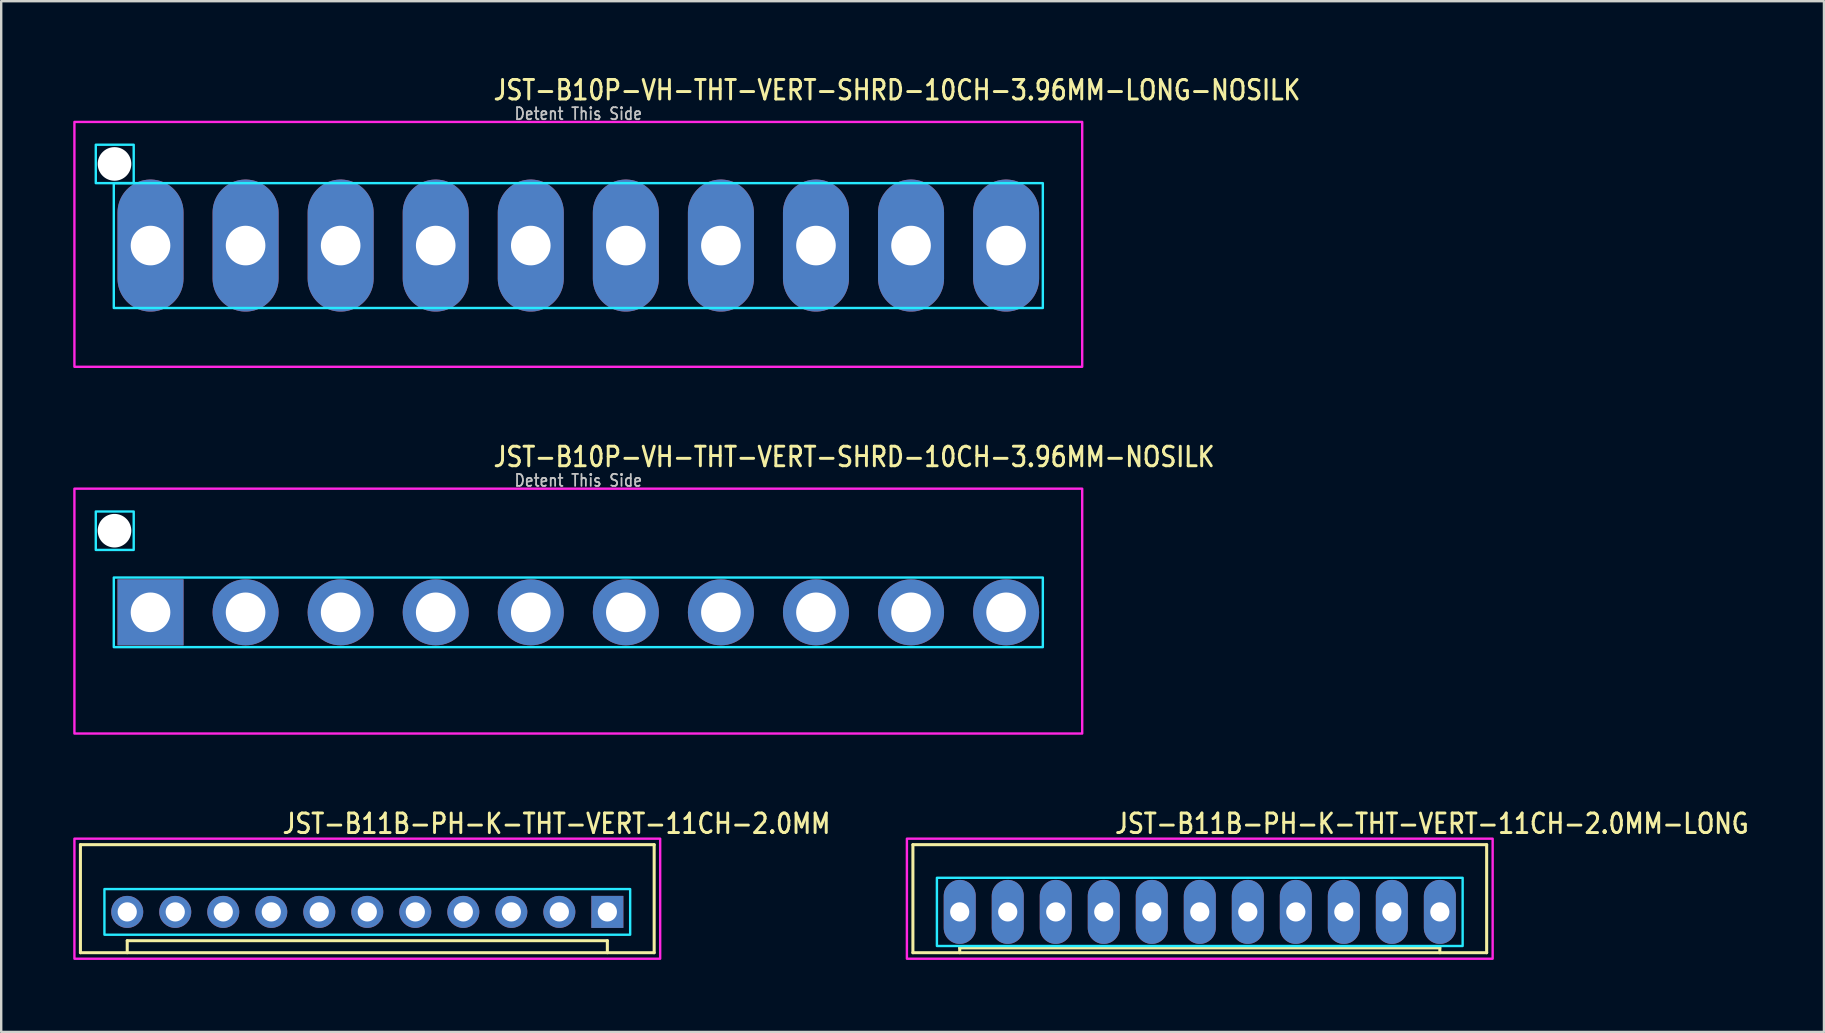
<source format=kicad_pcb>
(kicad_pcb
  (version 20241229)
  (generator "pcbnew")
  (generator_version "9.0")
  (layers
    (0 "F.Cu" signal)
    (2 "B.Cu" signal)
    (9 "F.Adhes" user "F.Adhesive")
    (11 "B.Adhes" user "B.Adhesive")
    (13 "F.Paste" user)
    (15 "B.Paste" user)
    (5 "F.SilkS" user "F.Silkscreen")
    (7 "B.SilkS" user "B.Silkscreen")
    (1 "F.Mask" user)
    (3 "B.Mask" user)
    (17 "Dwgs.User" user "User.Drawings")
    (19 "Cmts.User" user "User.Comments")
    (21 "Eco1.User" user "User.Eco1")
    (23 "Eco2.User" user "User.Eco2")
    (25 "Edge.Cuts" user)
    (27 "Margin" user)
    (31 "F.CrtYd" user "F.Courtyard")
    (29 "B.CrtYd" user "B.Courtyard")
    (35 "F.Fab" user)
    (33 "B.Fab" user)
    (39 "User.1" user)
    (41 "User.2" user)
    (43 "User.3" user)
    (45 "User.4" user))
  (footprint "JST-B10P-VH-THT-VERT-SHRD-10CH-3.96MM-LONG-NOSILK"
    (layer "F.Cu")
    (at 21.04 7.179)
    (property "Reference" "JST-B10P-VH-THT-VERT-SHRD-10CH-3.96MM-LONG-NOSILK" (at -3.6 -6 0) (unlocked yes) (layer "F.SilkS") (effects (font (size 0.813 0.695) (thickness 0.122)) (justify left bottom)))
    (fp_poly (pts (xy -19.35 -2.6) (xy -19.35 2.6) (xy 19.35 2.6) (xy 19.35 -2.6)) (stroke (width 0.1) (type solid)) (fill no) (layer "B.CrtYd"))
    (fp_poly (pts (xy -18.52 -4.2) (xy -18.52 -2.6) (xy -20.1 -2.6) (xy -20.1 -4.2)) (stroke (width 0.1) (type solid)) (fill no) (layer "B.CrtYd"))
    (fp_poly (pts (xy -20.99 -5.15) (xy -20.99 5.05) (xy 20.99 5.05) (xy 20.99 -5.15)) (stroke (width 0.1) (type solid)) (fill no) (layer "F.CrtYd"))
    (fp_text user "Detent This Side" (at 0 -5.2 0) (unlocked yes) (layer "Dwgs.User") (effects (font (size 0.5 0.427) (thickness 0.075)) (justify bottom)))
    (pad "" np_thru_hole circle (at -19.32 -3.4) (size 1.4 1.4) (drill 1.4) (layers "*.Cu" "*.Mask"))
    (pad "P$1" thru_hole oval (at -17.82 0 90) (size 5.5 2.75) (drill 1.65) (layers "*.Cu" "*.Mask"))
    (pad "P$2" thru_hole oval (at -13.86 0 90) (size 5.5 2.75) (drill 1.65) (layers "*.Cu" "*.Mask"))
    (pad "P$3" thru_hole oval (at -9.9 0 90) (size 5.5 2.75) (drill 1.65) (layers "*.Cu" "*.Mask"))
    (pad "P$4" thru_hole oval (at -5.94 0 90) (size 5.5 2.75) (drill 1.65) (layers "*.Cu" "*.Mask"))
    (pad "P$5" thru_hole oval (at -1.98 0 90) (size 5.5 2.75) (drill 1.65) (layers "*.Cu" "*.Mask"))
    (pad "P$6" thru_hole oval (at 1.98 0 90) (size 5.5 2.75) (drill 1.65) (layers "*.Cu" "*.Mask"))
    (pad "P$7" thru_hole oval (at 5.94 0 90) (size 5.5 2.75) (drill 1.65) (layers "*.Cu" "*.Mask"))
    (pad "P$8" thru_hole oval (at 9.9 0 90) (size 5.5 2.75) (drill 1.65) (layers "*.Cu" "*.Mask"))
    (pad "P$9" thru_hole oval (at 13.86 0 90) (size 5.5 2.75) (drill 1.65) (layers "*.Cu" "*.Mask"))
    (pad "P$10" thru_hole oval (at 17.82 0 90) (size 5.5 2.75) (drill 1.65) (layers "*.Cu" "*.Mask")))
  (footprint "JST-B10P-VH-THT-VERT-SHRD-10CH-3.96MM-NOSILK"
    (layer "F.Cu")
    (at 21.04 22.457)
    (property "Reference" "JST-B10P-VH-THT-VERT-SHRD-10CH-3.96MM-NOSILK" (at -3.6 -6 0) (unlocked yes) (layer "F.SilkS") (effects (font (size 0.813 0.695) (thickness 0.122)) (justify left bottom)))
    (fp_poly (pts (xy -19.35 -1.45) (xy -19.35 1.45) (xy 19.35 1.45) (xy 19.35 -1.45)) (stroke (width 0.1) (type solid)) (fill no) (layer "B.CrtYd"))
    (fp_poly (pts (xy -18.52 -4.2) (xy -18.52 -2.6) (xy -20.1 -2.6) (xy -20.1 -4.2)) (stroke (width 0.1) (type solid)) (fill no) (layer "B.CrtYd"))
    (fp_poly (pts (xy -20.99 -5.15) (xy -20.99 5.05) (xy 20.99 5.05) (xy 20.99 -5.15)) (stroke (width 0.1) (type solid)) (fill no) (layer "F.CrtYd"))
    (fp_text user "Detent This Side" (at 0 -5.2 0) (unlocked yes) (layer "Dwgs.User") (effects (font (size 0.5 0.427) (thickness 0.075)) (justify bottom)))
    (pad "" np_thru_hole circle (at -19.32 -3.4) (size 1.4 1.4) (drill 1.4) (layers "*.Cu" "*.Mask"))
    (pad "P$1" thru_hole rect (at -17.82 0) (size 2.75 2.75) (drill 1.65) (layers "*.Cu" "*.Mask"))
    (pad "P$2" thru_hole oval (at -13.86 0) (size 2.75 2.75) (drill 1.65) (layers "*.Cu" "*.Mask"))
    (pad "P$3" thru_hole oval (at -9.9 0) (size 2.75 2.75) (drill 1.65) (layers "*.Cu" "*.Mask"))
    (pad "P$4" thru_hole oval (at -5.94 0) (size 2.75 2.75) (drill 1.65) (layers "*.Cu" "*.Mask"))
    (pad "P$5" thru_hole oval (at -1.98 0) (size 2.75 2.75) (drill 1.65) (layers "*.Cu" "*.Mask"))
    (pad "P$6" thru_hole oval (at 1.98 0) (size 2.75 2.75) (drill 1.65) (layers "*.Cu" "*.Mask"))
    (pad "P$7" thru_hole oval (at 5.94 0) (size 2.75 2.75) (drill 1.65) (layers "*.Cu" "*.Mask"))
    (pad "P$8" thru_hole oval (at 9.9 0) (size 2.75 2.75) (drill 1.65) (layers "*.Cu" "*.Mask"))
    (pad "P$9" thru_hole oval (at 13.86 0) (size 2.75 2.75) (drill 1.65) (layers "*.Cu" "*.Mask"))
    (pad "P$10" thru_hole oval (at 17.82 0) (size 2.75 2.75) (drill 1.65) (layers "*.Cu" "*.Mask")))
  (footprint "JST-B11B-PH-K-THT-VERT-11CH-2.0MM-LONG"
    (layer "F.Cu")
    (at 46.928 34.936)
    (property "Reference" "JST-B11B-PH-K-THT-VERT-11CH-2.0MM-LONG" (at -3.6 -3.2 0) (unlocked yes) (layer "F.SilkS") (effects (font (size 0.813 0.695) (thickness 0.122)) (justify left bottom)))
    (fp_line (start -11.95 -2.8) (end -11.95 1.7) (stroke (width 0.127) (type solid)) (layer "F.SilkS"))
    (fp_line (start -11.95 -2.8) (end 11.95 -2.8) (stroke (width 0.127) (type solid)) (layer "F.SilkS"))
    (fp_line (start -11.95 1.7) (end 11.95 1.7) (stroke (width 0.127) (type solid)) (layer "F.SilkS"))
    (fp_line (start -10 1.7) (end -10 1.5) (stroke (width 0.127) (type solid)) (layer "F.SilkS"))
    (fp_line (start 10 1.5) (end -10 1.5) (stroke (width 0.127) (type solid)) (layer "F.SilkS"))
    (fp_line (start 10 1.7) (end 10 1.5) (stroke (width 0.127) (type solid)) (layer "F.SilkS"))
    (fp_line (start 11.95 1.7) (end 11.95 -2.8) (stroke (width 0.127) (type solid)) (layer "F.SilkS"))
    (fp_poly (pts (xy -10.95 -1.42) (xy -10.95 1.42) (xy 10.95 1.42) (xy 10.95 -1.42)) (stroke (width 0.1) (type solid)) (fill no) (layer "B.CrtYd"))
    (fp_poly (pts (xy -12.2 1.95) (xy -12.2 -3.05) (xy 12.2 -3.05) (xy 12.2 1.95)) (stroke (width 0.1) (type solid)) (fill no) (layer "F.CrtYd"))
    (pad "P$1" thru_hole oval (at 10 0 90) (size 2.667 1.333) (drill 0.8) (layers "*.Cu" "*.Mask"))
    (pad "P$2" thru_hole oval (at 8 0 90) (size 2.667 1.333) (drill 0.8) (layers "*.Cu" "*.Mask"))
    (pad "P$3" thru_hole oval (at 6 0 90) (size 2.667 1.333) (drill 0.8) (layers "*.Cu" "*.Mask"))
    (pad "P$4" thru_hole oval (at 4 0 90) (size 2.667 1.333) (drill 0.8) (layers "*.Cu" "*.Mask"))
    (pad "P$5" thru_hole oval (at 2 0 90) (size 2.667 1.333) (drill 0.8) (layers "*.Cu" "*.Mask"))
    (pad "P$6" thru_hole oval (at 0 0 90) (size 2.667 1.333) (drill 0.8) (layers "*.Cu" "*.Mask"))
    (pad "P$7" thru_hole oval (at -2 0 90) (size 2.667 1.333) (drill 0.8) (layers "*.Cu" "*.Mask"))
    (pad "P$8" thru_hole oval (at -4 0 90) (size 2.667 1.333) (drill 0.8) (layers "*.Cu" "*.Mask"))
    (pad "P$9" thru_hole oval (at -6 0 90) (size 2.667 1.333) (drill 0.8) (layers "*.Cu" "*.Mask"))
    (pad "P$10" thru_hole oval (at -8 0 90) (size 2.667 1.333) (drill 0.8) (layers "*.Cu" "*.Mask"))
    (pad "P$11" thru_hole oval (at -10 0 90) (size 2.667 1.333) (drill 0.8) (layers "*.Cu" "*.Mask")))
  (footprint "JST-B11B-PH-K-THT-VERT-11CH-2.0MM"
    (layer "F.Cu")
    (at 12.25 34.936)
    (property "Reference" "JST-B11B-PH-K-THT-VERT-11CH-2.0MM" (at -3.6 -3.2 0) (unlocked yes) (layer "F.SilkS") (effects (font (size 0.813 0.695) (thickness 0.122)) (justify left bottom)))
    (fp_line (start -11.95 -2.8) (end -11.95 1.7) (stroke (width 0.127) (type solid)) (layer "F.SilkS"))
    (fp_line (start -11.95 -2.8) (end 11.95 -2.8) (stroke (width 0.127) (type solid)) (layer "F.SilkS"))
    (fp_line (start -11.95 1.7) (end 11.95 1.7) (stroke (width 0.127) (type solid)) (layer "F.SilkS"))
    (fp_line (start -10 1.7) (end -10 1.2) (stroke (width 0.127) (type solid)) (layer "F.SilkS"))
    (fp_line (start 10 1.2) (end -10 1.2) (stroke (width 0.127) (type solid)) (layer "F.SilkS"))
    (fp_line (start 10 1.7) (end 10 1.2) (stroke (width 0.127) (type solid)) (layer "F.SilkS"))
    (fp_line (start 11.95 1.7) (end 11.95 -2.8) (stroke (width 0.127) (type solid)) (layer "F.SilkS"))
    (fp_poly (pts (xy -10.95 -0.95) (xy -10.95 0.95) (xy 10.95 0.95) (xy 10.95 -0.95)) (stroke (width 0.1) (type solid)) (fill no) (layer "B.CrtYd"))
    (fp_poly (pts (xy -12.2 1.95) (xy -12.2 -3.05) (xy 12.2 -3.05) (xy 12.2 1.95)) (stroke (width 0.1) (type solid)) (fill no) (layer "F.CrtYd"))
    (pad "P$1" thru_hole rect (at 10 0) (size 1.333 1.333) (drill 0.8) (layers "*.Cu" "*.Mask"))
    (pad "P$2" thru_hole oval (at 8 0) (size 1.333 1.333) (drill 0.8) (layers "*.Cu" "*.Mask"))
    (pad "P$3" thru_hole oval (at 6 0) (size 1.333 1.333) (drill 0.8) (layers "*.Cu" "*.Mask"))
    (pad "P$4" thru_hole oval (at 4 0) (size 1.333 1.333) (drill 0.8) (layers "*.Cu" "*.Mask"))
    (pad "P$5" thru_hole oval (at 2 0) (size 1.333 1.333) (drill 0.8) (layers "*.Cu" "*.Mask"))
    (pad "P$6" thru_hole oval (at 0 0) (size 1.333 1.333) (drill 0.8) (layers "*.Cu" "*.Mask"))
    (pad "P$7" thru_hole oval (at -2 0) (size 1.333 1.333) (drill 0.8) (layers "*.Cu" "*.Mask"))
    (pad "P$8" thru_hole oval (at -4 0) (size 1.333 1.333) (drill 0.8) (layers "*.Cu" "*.Mask"))
    (pad "P$9" thru_hole oval (at -6 0) (size 1.333 1.333) (drill 0.8) (layers "*.Cu" "*.Mask"))
    (pad "P$10" thru_hole oval (at -8 0) (size 1.333 1.333) (drill 0.8) (layers "*.Cu" "*.Mask"))
    (pad "P$11" thru_hole oval (at -10 0) (size 1.333 1.333) (drill 0.8) (layers "*.Cu" "*.Mask")))
  (gr_rect
    (start -3 -3)
    (end 72.929 39.936)
    (stroke (width 0.1) (type default))
    (fill no)
    (layer "Edge.Cuts")))
</source>
